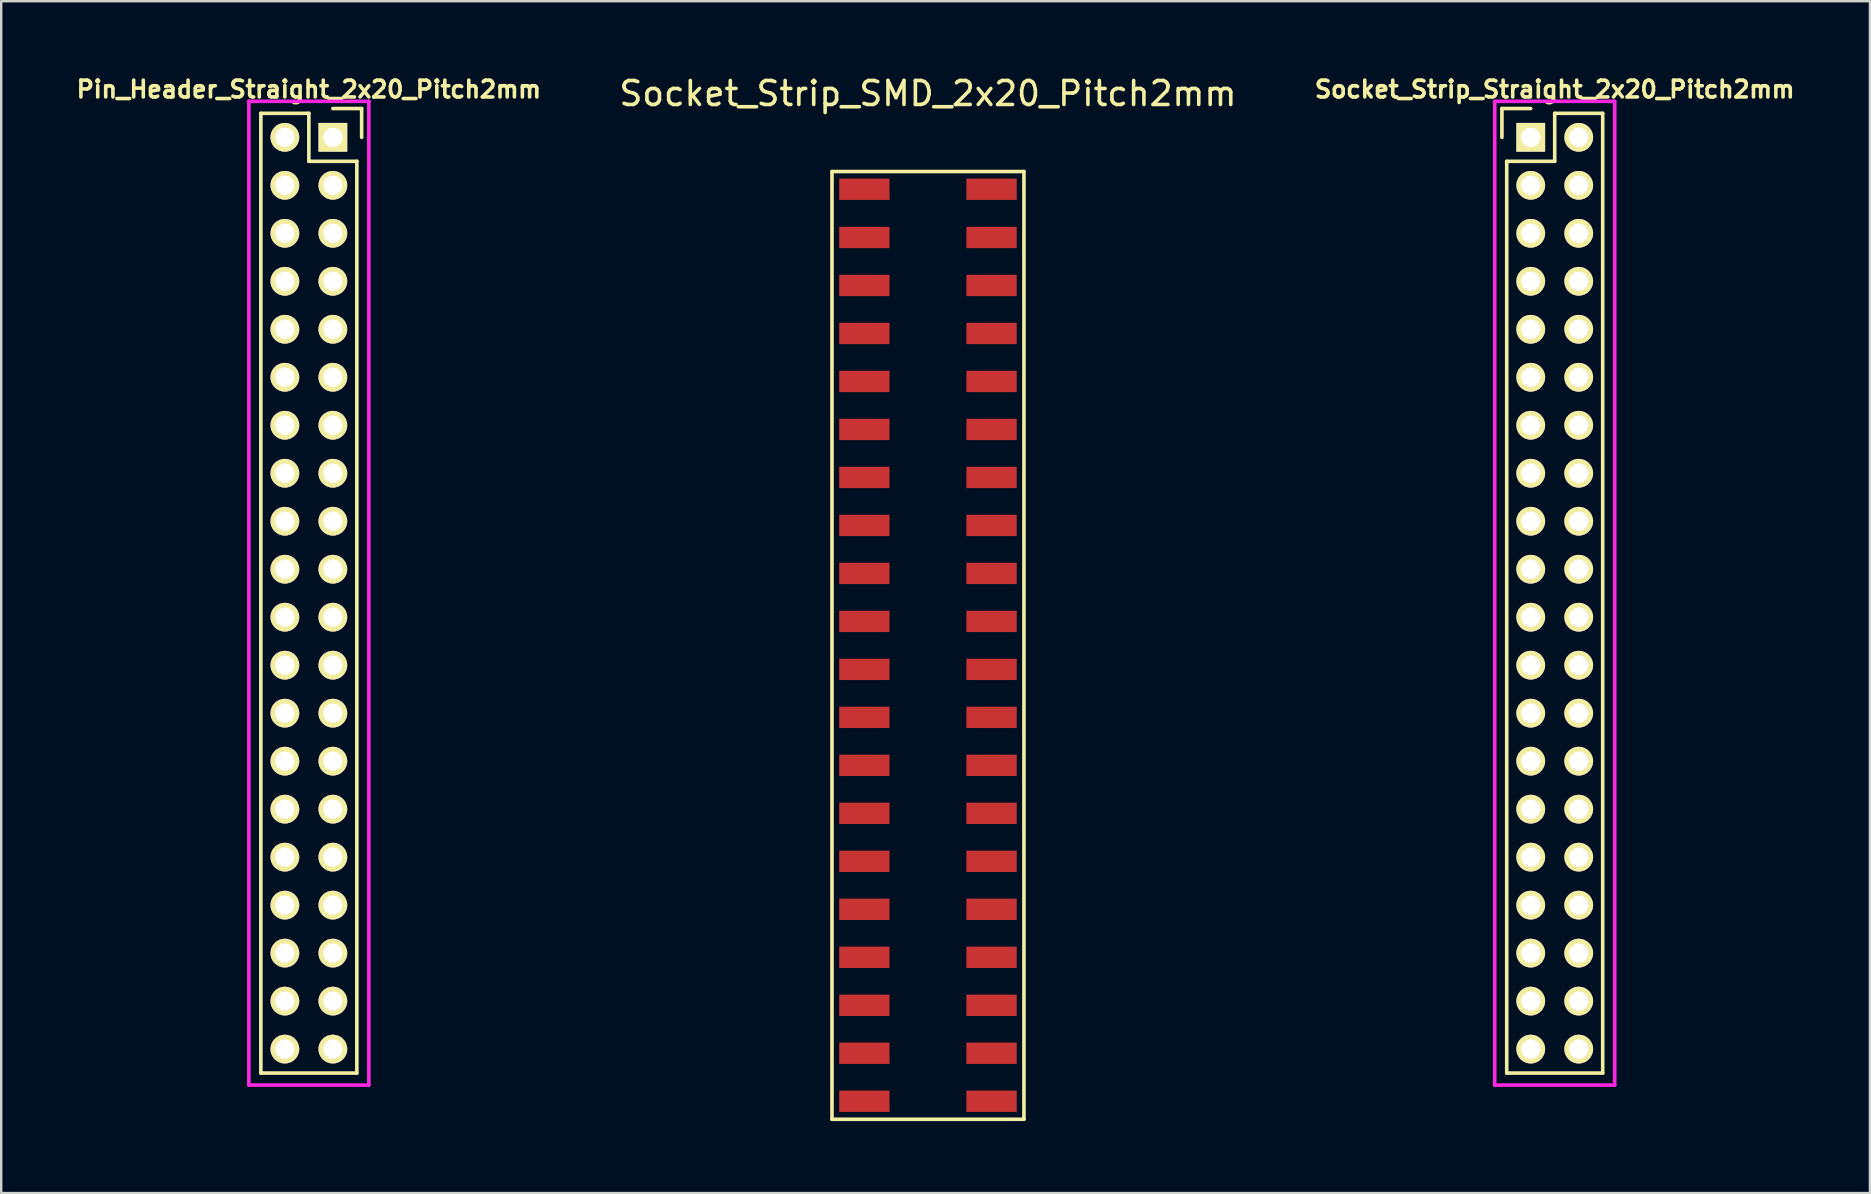
<source format=kicad_pcb>
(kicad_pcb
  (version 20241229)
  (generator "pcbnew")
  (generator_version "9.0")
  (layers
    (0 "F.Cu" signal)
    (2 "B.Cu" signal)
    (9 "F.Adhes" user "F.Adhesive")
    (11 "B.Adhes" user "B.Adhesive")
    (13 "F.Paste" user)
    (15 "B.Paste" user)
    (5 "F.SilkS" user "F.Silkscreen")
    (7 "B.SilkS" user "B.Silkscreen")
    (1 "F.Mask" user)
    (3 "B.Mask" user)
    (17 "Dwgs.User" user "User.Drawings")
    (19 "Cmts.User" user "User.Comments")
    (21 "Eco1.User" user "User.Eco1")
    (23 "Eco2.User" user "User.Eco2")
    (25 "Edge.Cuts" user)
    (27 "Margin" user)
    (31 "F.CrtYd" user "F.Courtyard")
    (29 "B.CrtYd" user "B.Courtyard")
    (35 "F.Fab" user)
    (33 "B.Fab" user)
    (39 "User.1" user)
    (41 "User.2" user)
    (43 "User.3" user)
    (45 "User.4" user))
  (footprint "Socket_Strip_Straight_2x20_Pitch2mm"
    (layer "F.Cu")
    (at 60.746 2.673)
    (property "Reference" "Socket_Strip_Straight_2x20_Pitch2mm" (at 1 -2 0) (layer "F.SilkS") (effects (font (size 0.7 0.7) (thickness 0.15))))
    (attr through_hole)
    (fp_line (start -1.2 -1.2) (end -1.2 0) (stroke (width 0.15) (type solid)) (layer "F.SilkS"))
    (fp_line (start -1 1) (end -1 39) (stroke (width 0.15) (type solid)) (layer "F.SilkS"))
    (fp_line (start -1 39) (end 3 39) (stroke (width 0.15) (type solid)) (layer "F.SilkS"))
    (fp_line (start 0 -1.2) (end -1.2 -1.2) (stroke (width 0.15) (type solid)) (layer "F.SilkS"))
    (fp_line (start 1 -1) (end 1 1) (stroke (width 0.15) (type solid)) (layer "F.SilkS"))
    (fp_line (start 1 1) (end -1 1) (stroke (width 0.15) (type solid)) (layer "F.SilkS"))
    (fp_line (start 3 -1) (end 1 -1) (stroke (width 0.15) (type solid)) (layer "F.SilkS"))
    (fp_line (start 3 39) (end 3 -1) (stroke (width 0.15) (type solid)) (layer "F.SilkS"))
    (fp_line (start -1.5 -1.5) (end 3.5 -1.5) (stroke (width 0.15) (type solid)) (layer "F.CrtYd"))
    (fp_line (start -1.5 39.5) (end -1.5 -1.5) (stroke (width 0.15) (type solid)) (layer "F.CrtYd"))
    (fp_line (start 3.5 -1.5) (end 3.5 39.5) (stroke (width 0.15) (type solid)) (layer "F.CrtYd"))
    (fp_line (start 3.5 39.5) (end -1.5 39.5) (stroke (width 0.15) (type solid)) (layer "F.CrtYd"))
    (pad "1" thru_hole rect (at 0 0) (size 1.2 1.2) (drill 0.8) (layers "*.Cu" "*.Mask" "F.SilkS"))
    (pad "2" thru_hole circle (at 2 0 270) (size 1.2 1.2) (drill 0.8) (layers "*.Cu" "*.Mask" "F.SilkS"))
    (pad "3" thru_hole circle (at 0 2 270) (size 1.2 1.2) (drill 0.8) (layers "*.Cu" "*.Mask" "F.SilkS"))
    (pad "4" thru_hole circle (at 2 2 270) (size 1.2 1.2) (drill 0.8) (layers "*.Cu" "*.Mask" "F.SilkS"))
    (pad "5" thru_hole circle (at 0 4 270) (size 1.2 1.2) (drill 0.8) (layers "*.Cu" "*.Mask" "F.SilkS"))
    (pad "6" thru_hole circle (at 2 4 270) (size 1.2 1.2) (drill 0.8) (layers "*.Cu" "*.Mask" "F.SilkS"))
    (pad "7" thru_hole circle (at 0 6 270) (size 1.2 1.2) (drill 0.8) (layers "*.Cu" "*.Mask" "F.SilkS"))
    (pad "8" thru_hole circle (at 2 6 270) (size 1.2 1.2) (drill 0.8) (layers "*.Cu" "*.Mask" "F.SilkS"))
    (pad "9" thru_hole circle (at 0 8 270) (size 1.2 1.2) (drill 0.8) (layers "*.Cu" "*.Mask" "F.SilkS"))
    (pad "10" thru_hole circle (at 2 8 270) (size 1.2 1.2) (drill 0.8) (layers "*.Cu" "*.Mask" "F.SilkS"))
    (pad "11" thru_hole circle (at 0 10 270) (size 1.2 1.2) (drill 0.8) (layers "*.Cu" "*.Mask" "F.SilkS"))
    (pad "12" thru_hole circle (at 2 10 270) (size 1.2 1.2) (drill 0.8) (layers "*.Cu" "*.Mask" "F.SilkS"))
    (pad "13" thru_hole circle (at 0 12 270) (size 1.2 1.2) (drill 0.8) (layers "*.Cu" "*.Mask" "F.SilkS"))
    (pad "14" thru_hole circle (at 2 12 270) (size 1.2 1.2) (drill 0.8) (layers "*.Cu" "*.Mask" "F.SilkS"))
    (pad "15" thru_hole circle (at 0 14 270) (size 1.2 1.2) (drill 0.8) (layers "*.Cu" "*.Mask" "F.SilkS"))
    (pad "16" thru_hole circle (at 2 14 270) (size 1.2 1.2) (drill 0.8) (layers "*.Cu" "*.Mask" "F.SilkS"))
    (pad "17" thru_hole circle (at 0 16 270) (size 1.2 1.2) (drill 0.8) (layers "*.Cu" "*.Mask" "F.SilkS"))
    (pad "18" thru_hole circle (at 2 16 270) (size 1.2 1.2) (drill 0.8) (layers "*.Cu" "*.Mask" "F.SilkS"))
    (pad "19" thru_hole circle (at 0 18 270) (size 1.2 1.2) (drill 0.8) (layers "*.Cu" "*.Mask" "F.SilkS"))
    (pad "20" thru_hole circle (at 2 18 270) (size 1.2 1.2) (drill 0.8) (layers "*.Cu" "*.Mask" "F.SilkS"))
    (pad "21" thru_hole circle (at 0 20 270) (size 1.2 1.2) (drill 0.8) (layers "*.Cu" "*.Mask" "F.SilkS"))
    (pad "22" thru_hole circle (at 2 20 270) (size 1.2 1.2) (drill 0.8) (layers "*.Cu" "*.Mask" "F.SilkS"))
    (pad "23" thru_hole circle (at 0 22 270) (size 1.2 1.2) (drill 0.8) (layers "*.Cu" "*.Mask" "F.SilkS"))
    (pad "24" thru_hole circle (at 2 22 270) (size 1.2 1.2) (drill 0.8) (layers "*.Cu" "*.Mask" "F.SilkS"))
    (pad "25" thru_hole circle (at 0 24 270) (size 1.2 1.2) (drill 0.8) (layers "*.Cu" "*.Mask" "F.SilkS"))
    (pad "26" thru_hole circle (at 2 24 270) (size 1.2 1.2) (drill 0.8) (layers "*.Cu" "*.Mask" "F.SilkS"))
    (pad "27" thru_hole circle (at 0 26 270) (size 1.2 1.2) (drill 0.8) (layers "*.Cu" "*.Mask" "F.SilkS"))
    (pad "28" thru_hole circle (at 2 26 270) (size 1.2 1.2) (drill 0.8) (layers "*.Cu" "*.Mask" "F.SilkS"))
    (pad "29" thru_hole circle (at 0 28 270) (size 1.2 1.2) (drill 0.8) (layers "*.Cu" "*.Mask" "F.SilkS"))
    (pad "30" thru_hole circle (at 2 28 270) (size 1.2 1.2) (drill 0.8) (layers "*.Cu" "*.Mask" "F.SilkS"))
    (pad "31" thru_hole circle (at 0 30 270) (size 1.2 1.2) (drill 0.8) (layers "*.Cu" "*.Mask" "F.SilkS"))
    (pad "32" thru_hole circle (at 2 30 270) (size 1.2 1.2) (drill 0.8) (layers "*.Cu" "*.Mask" "F.SilkS"))
    (pad "33" thru_hole circle (at 0 32 270) (size 1.2 1.2) (drill 0.8) (layers "*.Cu" "*.Mask" "F.SilkS"))
    (pad "34" thru_hole circle (at 2 32 270) (size 1.2 1.2) (drill 0.8) (layers "*.Cu" "*.Mask" "F.SilkS"))
    (pad "35" thru_hole circle (at 0 34 270) (size 1.2 1.2) (drill 0.8) (layers "*.Cu" "*.Mask" "F.SilkS"))
    (pad "36" thru_hole circle (at 2 34 270) (size 1.2 1.2) (drill 0.8) (layers "*.Cu" "*.Mask" "F.SilkS"))
    (pad "37" thru_hole circle (at 0 36 270) (size 1.2 1.2) (drill 0.8) (layers "*.Cu" "*.Mask" "F.SilkS"))
    (pad "38" thru_hole circle (at 2 36 270) (size 1.2 1.2) (drill 0.8) (layers "*.Cu" "*.Mask" "F.SilkS"))
    (pad "39" thru_hole circle (at 0 38 270) (size 1.2 1.2) (drill 0.8) (layers "*.Cu" "*.Mask" "F.SilkS"))
    (pad "40" thru_hole circle (at 2 38 270) (size 1.2 1.2) (drill 0.8) (layers "*.Cu" "*.Mask" "F.SilkS")))
  (footprint "Pin_Header_Straight_2x20_Pitch2mm"
    (layer "F.Cu")
    (at 10.822 2.673)
    (property "Reference" "Pin_Header_Straight_2x20_Pitch2mm" (at -1 -2 0) (layer "F.SilkS") (effects (font (size 0.7 0.7) (thickness 0.15))))
    (attr through_hole)
    (fp_line (start -3 39) (end -3 -1) (stroke (width 0.15) (type solid)) (layer "F.SilkS"))
    (fp_line (start -3 39) (end 1 39) (stroke (width 0.15) (type solid)) (layer "F.SilkS"))
    (fp_line (start -1 -1) (end -3 -1) (stroke (width 0.15) (type solid)) (layer "F.SilkS"))
    (fp_line (start -1 -1) (end -1 1) (stroke (width 0.15) (type solid)) (layer "F.SilkS"))
    (fp_line (start 1 1) (end -1 1) (stroke (width 0.15) (type solid)) (layer "F.SilkS"))
    (fp_line (start 1 1) (end 1 39) (stroke (width 0.15) (type solid)) (layer "F.SilkS"))
    (fp_line (start 1.2 -1.2) (end 0 -1.2) (stroke (width 0.15) (type solid)) (layer "F.SilkS"))
    (fp_line (start 1.2 -1.2) (end 1.2 0) (stroke (width 0.15) (type solid)) (layer "F.SilkS"))
    (fp_line (start -3.5 -1.5) (end 1.5 -1.5) (stroke (width 0.15) (type solid)) (layer "F.CrtYd"))
    (fp_line (start -3.5 39.5) (end -3.5 -1.5) (stroke (width 0.15) (type solid)) (layer "F.CrtYd"))
    (fp_line (start 1.5 -1.5) (end 1.5 39.5) (stroke (width 0.15) (type solid)) (layer "F.CrtYd"))
    (fp_line (start 1.5 39.5) (end -3.5 39.5) (stroke (width 0.15) (type solid)) (layer "F.CrtYd"))
    (pad "1" thru_hole rect (at 0 0) (size 1.2 1.2) (drill 0.8) (layers "*.Cu" "*.Mask" "F.SilkS"))
    (pad "2" thru_hole circle (at -2 0 270) (size 1.2 1.2) (drill 0.8) (layers "*.Cu" "*.Mask" "F.SilkS"))
    (pad "3" thru_hole circle (at 0 2 270) (size 1.2 1.2) (drill 0.8) (layers "*.Cu" "*.Mask" "F.SilkS"))
    (pad "4" thru_hole circle (at -2 2 270) (size 1.2 1.2) (drill 0.8) (layers "*.Cu" "*.Mask" "F.SilkS"))
    (pad "5" thru_hole circle (at 0 4 270) (size 1.2 1.2) (drill 0.8) (layers "*.Cu" "*.Mask" "F.SilkS"))
    (pad "6" thru_hole circle (at -2 4 270) (size 1.2 1.2) (drill 0.8) (layers "*.Cu" "*.Mask" "F.SilkS"))
    (pad "7" thru_hole circle (at 0 6 270) (size 1.2 1.2) (drill 0.8) (layers "*.Cu" "*.Mask" "F.SilkS"))
    (pad "8" thru_hole circle (at -2 6 270) (size 1.2 1.2) (drill 0.8) (layers "*.Cu" "*.Mask" "F.SilkS"))
    (pad "9" thru_hole circle (at 0 8 270) (size 1.2 1.2) (drill 0.8) (layers "*.Cu" "*.Mask" "F.SilkS"))
    (pad "10" thru_hole circle (at -2 8 270) (size 1.2 1.2) (drill 0.8) (layers "*.Cu" "*.Mask" "F.SilkS"))
    (pad "11" thru_hole circle (at 0 10 270) (size 1.2 1.2) (drill 0.8) (layers "*.Cu" "*.Mask" "F.SilkS"))
    (pad "12" thru_hole circle (at -2 10 270) (size 1.2 1.2) (drill 0.8) (layers "*.Cu" "*.Mask" "F.SilkS"))
    (pad "13" thru_hole circle (at 0 12 270) (size 1.2 1.2) (drill 0.8) (layers "*.Cu" "*.Mask" "F.SilkS"))
    (pad "14" thru_hole circle (at -2 12 270) (size 1.2 1.2) (drill 0.8) (layers "*.Cu" "*.Mask" "F.SilkS"))
    (pad "15" thru_hole circle (at 0 14 270) (size 1.2 1.2) (drill 0.8) (layers "*.Cu" "*.Mask" "F.SilkS"))
    (pad "16" thru_hole circle (at -2 14 270) (size 1.2 1.2) (drill 0.8) (layers "*.Cu" "*.Mask" "F.SilkS"))
    (pad "17" thru_hole circle (at 0 16 270) (size 1.2 1.2) (drill 0.8) (layers "*.Cu" "*.Mask" "F.SilkS"))
    (pad "18" thru_hole circle (at -2 16 270) (size 1.2 1.2) (drill 0.8) (layers "*.Cu" "*.Mask" "F.SilkS"))
    (pad "19" thru_hole circle (at 0 18 270) (size 1.2 1.2) (drill 0.8) (layers "*.Cu" "*.Mask" "F.SilkS"))
    (pad "20" thru_hole circle (at -2 18 270) (size 1.2 1.2) (drill 0.8) (layers "*.Cu" "*.Mask" "F.SilkS"))
    (pad "21" thru_hole circle (at 0 20 270) (size 1.2 1.2) (drill 0.8) (layers "*.Cu" "*.Mask" "F.SilkS"))
    (pad "22" thru_hole circle (at -2 20 270) (size 1.2 1.2) (drill 0.8) (layers "*.Cu" "*.Mask" "F.SilkS"))
    (pad "23" thru_hole circle (at 0 22 270) (size 1.2 1.2) (drill 0.8) (layers "*.Cu" "*.Mask" "F.SilkS"))
    (pad "24" thru_hole circle (at -2 22 270) (size 1.2 1.2) (drill 0.8) (layers "*.Cu" "*.Mask" "F.SilkS"))
    (pad "25" thru_hole circle (at 0 24 270) (size 1.2 1.2) (drill 0.8) (layers "*.Cu" "*.Mask" "F.SilkS"))
    (pad "26" thru_hole circle (at -2 24 270) (size 1.2 1.2) (drill 0.8) (layers "*.Cu" "*.Mask" "F.SilkS"))
    (pad "27" thru_hole circle (at 0 26 270) (size 1.2 1.2) (drill 0.8) (layers "*.Cu" "*.Mask" "F.SilkS"))
    (pad "28" thru_hole circle (at -2 26 270) (size 1.2 1.2) (drill 0.8) (layers "*.Cu" "*.Mask" "F.SilkS"))
    (pad "29" thru_hole circle (at 0 28 270) (size 1.2 1.2) (drill 0.8) (layers "*.Cu" "*.Mask" "F.SilkS"))
    (pad "30" thru_hole circle (at -2 28 270) (size 1.2 1.2) (drill 0.8) (layers "*.Cu" "*.Mask" "F.SilkS"))
    (pad "31" thru_hole circle (at 0 30 270) (size 1.2 1.2) (drill 0.8) (layers "*.Cu" "*.Mask" "F.SilkS"))
    (pad "32" thru_hole circle (at -2 30 270) (size 1.2 1.2) (drill 0.8) (layers "*.Cu" "*.Mask" "F.SilkS"))
    (pad "33" thru_hole circle (at 0 32 270) (size 1.2 1.2) (drill 0.8) (layers "*.Cu" "*.Mask" "F.SilkS"))
    (pad "34" thru_hole circle (at -2 32 270) (size 1.2 1.2) (drill 0.8) (layers "*.Cu" "*.Mask" "F.SilkS"))
    (pad "35" thru_hole circle (at 0 34 270) (size 1.2 1.2) (drill 0.8) (layers "*.Cu" "*.Mask" "F.SilkS"))
    (pad "36" thru_hole circle (at -2 34 270) (size 1.2 1.2) (drill 0.8) (layers "*.Cu" "*.Mask" "F.SilkS"))
    (pad "37" thru_hole circle (at 0 36 270) (size 1.2 1.2) (drill 0.8) (layers "*.Cu" "*.Mask" "F.SilkS"))
    (pad "38" thru_hole circle (at -2 36 270) (size 1.2 1.2) (drill 0.8) (layers "*.Cu" "*.Mask" "F.SilkS"))
    (pad "39" thru_hole circle (at 0 38 270) (size 1.2 1.2) (drill 0.8) (layers "*.Cu" "*.Mask" "F.SilkS"))
    (pad "40" thru_hole circle (at -2 38 270) (size 1.2 1.2) (drill 0.8) (layers "*.Cu" "*.Mask" "F.SilkS")))
  (footprint "Socket_Strip_SMD_2x20_Pitch2mm"
    (layer "F.Cu")
    (at 34.625 4.848)
    (property "Reference" "Socket_Strip_SMD_2x20_Pitch2mm" (at 1 -4 180) (layer "F.SilkS") (effects (font (size 1 1) (thickness 0.15))))
    (attr through_hole)
    (fp_line (start -3 -0.75) (end -3 38.75) (stroke (width 0.15) (type solid)) (layer "F.SilkS"))
    (fp_line (start 5 -0.75) (end -3 -0.75) (stroke (width 0.15) (type solid)) (layer "F.SilkS"))
    (fp_line (start 5 38.75) (end -3 38.75) (stroke (width 0.15) (type solid)) (layer "F.SilkS"))
    (fp_line (start 5 38.75) (end 5 -0.75) (stroke (width 0.15) (type solid)) (layer "F.SilkS"))
    (pad "1" smd rect (at -1.65 -0.01 270) (size 0.89 2.1) (layers "F.Cu" "F.Mask" "F.Paste"))
    (pad "2" smd rect (at 3.65 -0.01 270) (size 0.89 2.1) (layers "F.Cu" "F.Mask" "F.Paste"))
    (pad "3" smd rect (at -1.65 2 270) (size 0.89 2.1) (layers "F.Cu" "F.Mask" "F.Paste"))
    (pad "4" smd rect (at 3.65 2 270) (size 0.89 2.1) (layers "F.Cu" "F.Mask" "F.Paste"))
    (pad "5" smd rect (at -1.65 4 270) (size 0.89 2.1) (layers "F.Cu" "F.Mask" "F.Paste"))
    (pad "6" smd rect (at 3.65 4 270) (size 0.89 2.1) (layers "F.Cu" "F.Mask" "F.Paste"))
    (pad "7" smd rect (at -1.65 6 270) (size 0.89 2.1) (layers "F.Cu" "F.Mask" "F.Paste"))
    (pad "8" smd rect (at 3.65 6 270) (size 0.89 2.1) (layers "F.Cu" "F.Mask" "F.Paste"))
    (pad "9" smd rect (at -1.65 8 270) (size 0.89 2.1) (layers "F.Cu" "F.Mask" "F.Paste"))
    (pad "10" smd rect (at 3.65 8 270) (size 0.89 2.1) (layers "F.Cu" "F.Mask" "F.Paste"))
    (pad "11" smd rect (at -1.65 10 270) (size 0.89 2.1) (layers "F.Cu" "F.Mask" "F.Paste"))
    (pad "12" smd rect (at 3.65 10 270) (size 0.89 2.1) (layers "F.Cu" "F.Mask" "F.Paste"))
    (pad "13" smd rect (at -1.65 12 270) (size 0.89 2.1) (layers "F.Cu" "F.Mask" "F.Paste"))
    (pad "14" smd rect (at 3.65 12 270) (size 0.89 2.1) (layers "F.Cu" "F.Mask" "F.Paste"))
    (pad "15" smd rect (at -1.65 14 270) (size 0.89 2.1) (layers "F.Cu" "F.Mask" "F.Paste"))
    (pad "16" smd rect (at 3.65 14 270) (size 0.89 2.1) (layers "F.Cu" "F.Mask" "F.Paste"))
    (pad "17" smd rect (at -1.65 16 270) (size 0.89 2.1) (layers "F.Cu" "F.Mask" "F.Paste"))
    (pad "18" smd rect (at 3.65 16 270) (size 0.89 2.1) (layers "F.Cu" "F.Mask" "F.Paste"))
    (pad "19" smd rect (at -1.65 18 270) (size 0.89 2.1) (layers "F.Cu" "F.Mask" "F.Paste"))
    (pad "20" smd rect (at 3.65 18 270) (size 0.89 2.1) (layers "F.Cu" "F.Mask" "F.Paste"))
    (pad "21" smd rect (at -1.65 20 270) (size 0.89 2.1) (layers "F.Cu" "F.Mask" "F.Paste"))
    (pad "22" smd rect (at 3.65 20 270) (size 0.89 2.1) (layers "F.Cu" "F.Mask" "F.Paste"))
    (pad "23" smd rect (at -1.65 22 270) (size 0.89 2.1) (layers "F.Cu" "F.Mask" "F.Paste"))
    (pad "24" smd rect (at 3.65 22 270) (size 0.89 2.1) (layers "F.Cu" "F.Mask" "F.Paste"))
    (pad "25" smd rect (at -1.65 24 270) (size 0.89 2.1) (layers "F.Cu" "F.Mask" "F.Paste"))
    (pad "26" smd rect (at 3.65 24 270) (size 0.89 2.1) (layers "F.Cu" "F.Mask" "F.Paste"))
    (pad "27" smd rect (at -1.65 26 270) (size 0.89 2.1) (layers "F.Cu" "F.Mask" "F.Paste"))
    (pad "28" smd rect (at 3.65 26 270) (size 0.89 2.1) (layers "F.Cu" "F.Mask" "F.Paste"))
    (pad "29" smd rect (at -1.65 28 270) (size 0.89 2.1) (layers "F.Cu" "F.Mask" "F.Paste"))
    (pad "30" smd rect (at 3.65 28 270) (size 0.89 2.1) (layers "F.Cu" "F.Mask" "F.Paste"))
    (pad "31" smd rect (at -1.65 30 270) (size 0.89 2.1) (layers "F.Cu" "F.Mask" "F.Paste"))
    (pad "32" smd rect (at 3.65 30 270) (size 0.89 2.1) (layers "F.Cu" "F.Mask" "F.Paste"))
    (pad "33" smd rect (at -1.65 32 270) (size 0.89 2.1) (layers "F.Cu" "F.Mask" "F.Paste"))
    (pad "34" smd rect (at 3.65 32 270) (size 0.89 2.1) (layers "F.Cu" "F.Mask" "F.Paste"))
    (pad "35" smd rect (at -1.65 34 270) (size 0.89 2.1) (layers "F.Cu" "F.Mask" "F.Paste"))
    (pad "36" smd rect (at 3.65 34 270) (size 0.89 2.1) (layers "F.Cu" "F.Mask" "F.Paste"))
    (pad "37" smd rect (at -1.65 36 270) (size 0.89 2.1) (layers "F.Cu" "F.Mask" "F.Paste"))
    (pad "38" smd rect (at 3.65 36 270) (size 0.89 2.1) (layers "F.Cu" "F.Mask" "F.Paste"))
    (pad "39" smd rect (at -1.65 38 270) (size 0.89 2.1) (layers "F.Cu" "F.Mask" "F.Paste"))
    (pad "40" smd rect (at 3.65 38 270) (size 0.89 2.1) (layers "F.Cu" "F.Mask" "F.Paste")))
  (gr_rect
    (start -3 -3)
    (end 74.884 46.673)
    (stroke (width 0.1) (type default))
    (fill no)
    (layer "Edge.Cuts")))
</source>
